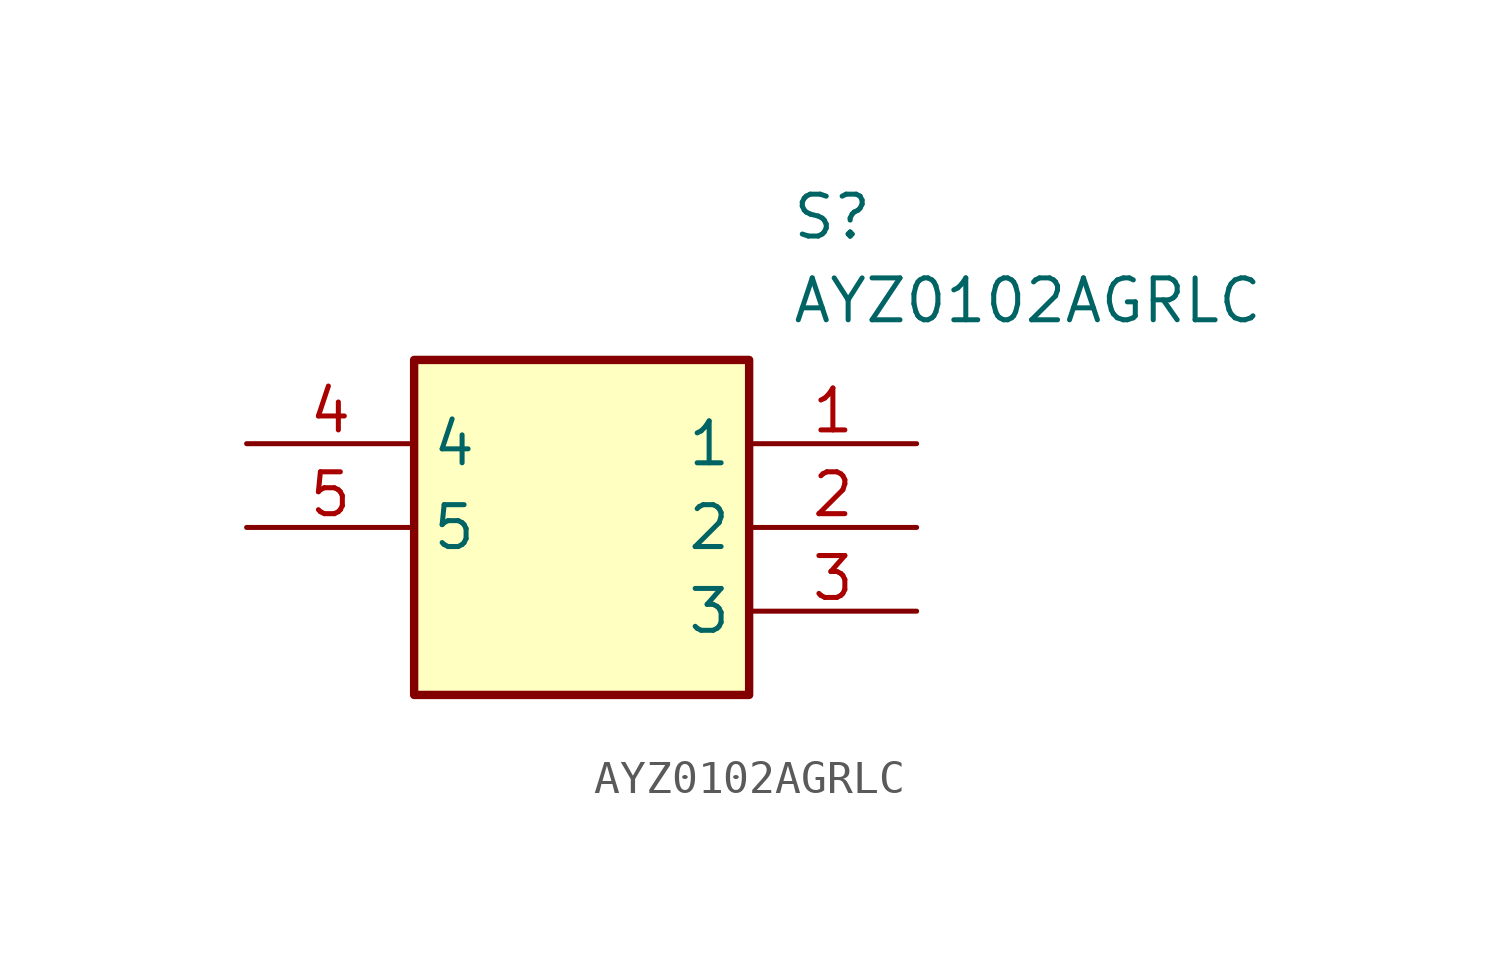
<source format=kicad_sym>
(kicad_symbol_lib
  (version 20211014)
  (generator SamacSys_ECAD_Model)
  (symbol "AYZ0102AGRLC"
    (property "Reference" "S"
      (at 16.51 7.62 0)
      (effects (font (size 1.27 1.27)) (justify left top)))
    (property "Value" "AYZ0102AGRLC"
      (at 16.51 5.08 0)
      (effects (font (size 1.27 1.27)) (justify left top)))
    (rectangle
      (start 5.08 2.54)
      (end 15.24 -7.62)
      (stroke (width 0.254) (type default))
      (fill (type background)))
    (pin passive line
      (at 20.32 0 180)
      (length 5.08)
      (name "1" (effects (font (size 1.27 1.27))))
      (number "1" (effects (font (size 1.27 1.27)))))
    (pin passive line
      (at 20.32 -2.54 180)
      (length 5.08)
      (name "2" (effects (font (size 1.27 1.27))))
      (number "2" (effects (font (size 1.27 1.27)))))
    (pin passive line
      (at 20.32 -5.08 180)
      (length 5.08)
      (name "3" (effects (font (size 1.27 1.27))))
      (number "3" (effects (font (size 1.27 1.27)))))
    (pin passive line
      (at 0 0 0)
      (length 5.08)
      (name "4" (effects (font (size 1.27 1.27))))
      (number "4" (effects (font (size 1.27 1.27)))))
    (pin passive line
      (at 0 -2.54 0)
      (length 5.08)
      (name "5" (effects (font (size 1.27 1.27))))
      (number "5" (effects (font (size 1.27 1.27)))))))
</source>
